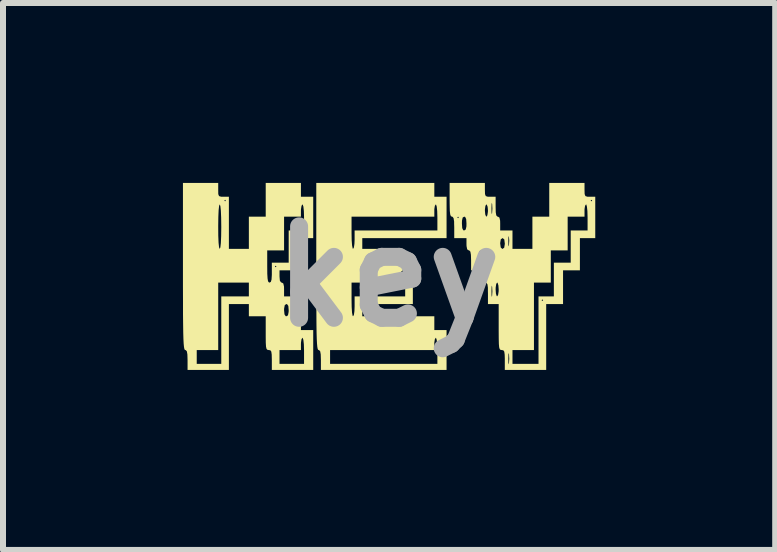
<source format=kicad_pcb>
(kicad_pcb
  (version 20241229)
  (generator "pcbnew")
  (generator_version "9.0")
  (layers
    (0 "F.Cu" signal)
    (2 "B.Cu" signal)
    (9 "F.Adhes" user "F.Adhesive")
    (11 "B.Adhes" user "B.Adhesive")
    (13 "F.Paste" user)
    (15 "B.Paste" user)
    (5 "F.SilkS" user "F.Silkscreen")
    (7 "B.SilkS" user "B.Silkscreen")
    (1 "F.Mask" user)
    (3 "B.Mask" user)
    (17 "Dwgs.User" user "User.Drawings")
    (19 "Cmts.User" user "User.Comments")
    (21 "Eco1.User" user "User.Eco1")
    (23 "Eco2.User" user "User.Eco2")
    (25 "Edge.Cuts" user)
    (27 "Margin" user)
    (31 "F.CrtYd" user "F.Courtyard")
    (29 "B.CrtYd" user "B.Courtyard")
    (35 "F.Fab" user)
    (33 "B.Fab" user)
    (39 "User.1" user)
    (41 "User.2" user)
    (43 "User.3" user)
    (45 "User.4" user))
  (footprint "key"
    (layer "F.Cu")
    (at 3.424 1.559)
    (property "Reference" "key" (at 0 0 0) (layer "F.Fab") (effects (font (size 1.524 1.524) (thickness 0.3))))
    (attr board_only exclude_from_pos_files exclude_from_bom)
    (fp_poly (pts (xy 0.767 -1.329) (xy 0.971 -1.329) (xy 0.971 -0.639) (xy -0.434 -0.639) (xy -0.434 -0.46) (xy 0.204 -0.46) (xy 0.204 -0.23) (xy 0.409 -0.23) (xy 0.409 0.46) (xy -0.434 0.46) (xy -0.434 0.664) (xy 0.767 0.664) (xy 0.767 0.894) (xy 0.971 0.894) (xy 0.971 1.559) (xy -1.124 1.559) (xy -1.124 1.393) (xy -1.127 1.299) (xy -1.136 1.248) (xy -1.154 1.228) (xy -1.163 1.227) (xy -0.971 1.227) (xy -0.971 1.457) (xy 0.818 1.457) (xy 0.818 1.239) (xy 0.815 1.134) (xy 0.807 1.059) (xy 0.795 1.024) (xy 0.792 1.022) (xy 0.776 1.045) (xy 0.767 1.101) (xy 0.767 1.124) (xy 0.767 1.227) (xy -0.971 1.227) (xy -1.163 1.227) (xy -1.171 1.222) (xy -1.178 1.205) (xy -1.184 1.172) (xy -1.189 1.119) (xy -1.193 1.042) (xy -1.196 0.937) (xy -1.198 0.801) (xy -1.199 0.63) (xy -1.2 0.42) (xy -1.201 0.166) (xy -1.201 0.102) (xy -0.613 0.102) (xy -0.613 0.383) (xy -0.611 0.51) (xy -0.605 0.603) (xy -0.595 0.655) (xy -0.588 0.664) (xy -0.574 0.641) (xy -0.565 0.579) (xy -0.562 0.498) (xy -0.562 0.332) (xy 0.281 0.332) (xy 0.281 0.115) (xy 0.279 0.006) (xy 0.273 -0.06) (xy 0.262 -0.093) (xy 0.243 -0.102) (xy 0.216 -0.085) (xy 0.205 -0.029) (xy 0.204 0) (xy 0.204 0.102) (xy -0.613 0.102) (xy -1.201 0.102) (xy -1.201 -0.134) (xy -1.201 -0.166) (xy -1.201 -0.997) (xy -0.613 -0.997) (xy -0.613 -0.728) (xy -0.611 -0.605) (xy -0.604 -0.516) (xy -0.594 -0.467) (xy -0.588 -0.46) (xy -0.574 -0.483) (xy -0.565 -0.544) (xy -0.562 -0.613) (xy -0.562 -0.767) (xy 0.818 -0.767) (xy 0.818 -0.984) (xy 0.815 -1.09) (xy 0.807 -1.164) (xy 0.795 -1.2) (xy 0.792 -1.201) (xy 0.776 -1.178) (xy 0.767 -1.122) (xy 0.767 -1.099) (xy 0.767 -0.997) (xy -0.613 -0.997) (xy -1.201 -0.997) (xy -1.201 -1.559) (xy 0.767 -1.559)) (stroke (width 0) (type solid)) (fill yes) (layer "F.SilkS"))
    (fp_poly (pts (xy -2.836 -1.444) (xy -2.835 -1.373) (xy -2.822 -1.34) (xy -2.787 -1.329) (xy -2.747 -1.329) (xy -2.658 -1.329) (xy -2.658 -0.46) (xy -2.325 -0.46) (xy -2.325 -0.997) (xy -2.044 -0.997) (xy -2.044 -1.559) (xy -1.457 -1.559) (xy -1.457 -1.329) (xy -1.252 -1.329) (xy -1.252 -0.639) (xy -1.533 -0.639) (xy -1.533 -0.102) (xy -1.814 -0.102) (xy -1.814 0) (xy -1.808 0.071) (xy -1.787 0.1) (xy -1.776 0.102) (xy -1.751 0.117) (xy -1.739 0.168) (xy -1.738 0.217) (xy -1.738 0.332) (xy -1.533 0.332) (xy -1.533 0.498) (xy -1.531 0.591) (xy -1.521 0.643) (xy -1.504 0.663) (xy -1.495 0.664) (xy -1.47 0.679) (xy -1.458 0.731) (xy -1.457 0.779) (xy -1.457 0.894) (xy -1.252 0.894) (xy -1.252 1.559) (xy -1.942 1.559) (xy -1.942 1.393) (xy -1.944 1.303) (xy -1.951 1.253) (xy -1.967 1.231) (xy -1.993 1.227) (xy -1.814 1.227) (xy -1.814 1.457) (xy -1.405 1.457) (xy -1.405 1.239) (xy -1.408 1.134) (xy -1.416 1.059) (xy -1.428 1.024) (xy -1.431 1.022) (xy -1.447 1.045) (xy -1.456 1.101) (xy -1.457 1.124) (xy -1.457 1.227) (xy -1.814 1.227) (xy -1.993 1.227) (xy -2.016 1.223) (xy -2.03 1.208) (xy -2.039 1.171) (xy -2.043 1.104) (xy -2.044 0.998) (xy -2.044 0.945) (xy -2.044 0.664) (xy -2.325 0.664) (xy -2.325 0.562) (xy -1.738 0.562) (xy -1.731 0.633) (xy -1.71 0.663) (xy -1.699 0.664) (xy -1.673 0.648) (xy -1.662 0.592) (xy -1.661 0.562) (xy -1.667 0.491) (xy -1.688 0.462) (xy -1.699 0.46) (xy -1.726 0.477) (xy -1.737 0.533) (xy -1.738 0.562) (xy -2.325 0.562) (xy -2.325 0.46) (xy -2.658 0.46) (xy -2.658 1.559) (xy -3.347 1.559) (xy -3.347 1.393) (xy -3.35 1.299) (xy -3.359 1.248) (xy -3.377 1.228) (xy -3.386 1.227) (xy -3.194 1.227) (xy -3.194 1.457) (xy -2.785 1.457) (xy -2.785 0.332) (xy -2.325 0.332) (xy -2.325 0.102) (xy -2.836 0.102) (xy -2.836 1.227) (xy -3.194 1.227) (xy -3.386 1.227) (xy -3.394 1.222) (xy -3.401 1.205) (xy -3.407 1.172) (xy -3.412 1.119) (xy -3.416 1.042) (xy -3.419 0.937) (xy -3.421 0.801) (xy -3.423 0.63) (xy -3.423 0.42) (xy -3.424 0.166) (xy -3.424 -0.134) (xy -3.424 -0.166) (xy -3.424 -0.434) (xy -2.019 -0.434) (xy -2.019 -0.166) (xy -2.018 -0.044) (xy -2.013 0.036) (xy -2.005 0.081) (xy -1.99 0.1) (xy -1.98 0.102) (xy -1.959 0.091) (xy -1.947 0.052) (xy -1.942 -0.026) (xy -1.942 -0.064) (xy -1.942 -0.166) (xy -1.891 -0.166) (xy -1.878 -0.153) (xy -1.865 -0.166) (xy -1.878 -0.179) (xy -1.891 -0.166) (xy -1.942 -0.166) (xy -1.942 -0.23) (xy -1.661 -0.23) (xy -1.661 -0.703) (xy -1.61 -0.703) (xy -1.597 -0.69) (xy -1.584 -0.703) (xy -1.597 -0.715) (xy -1.61 -0.703) (xy -1.661 -0.703) (xy -1.661 -0.767) (xy -1.405 -0.767) (xy -1.405 -0.984) (xy -1.408 -1.09) (xy -1.416 -1.164) (xy -1.428 -1.2) (xy -1.431 -1.201) (xy -1.447 -1.178) (xy -1.456 -1.122) (xy -1.457 -1.099) (xy -1.457 -0.997) (xy -1.738 -0.997) (xy -1.738 -0.434) (xy -2.019 -0.434) (xy -3.424 -0.434) (xy -3.424 -0.83) (xy -2.836 -0.83) (xy -2.835 -0.678) (xy -2.83 -0.562) (xy -2.822 -0.488) (xy -2.812 -0.46) (xy -2.811 -0.46) (xy -2.8 -0.485) (xy -2.792 -0.556) (xy -2.787 -0.669) (xy -2.785 -0.82) (xy -2.785 -0.83) (xy -2.787 -0.983) (xy -2.792 -1.099) (xy -2.8 -1.173) (xy -2.81 -1.201) (xy -2.811 -1.201) (xy -2.821 -1.176) (xy -2.829 -1.105) (xy -2.834 -0.992) (xy -2.836 -0.841) (xy -2.836 -0.83) (xy -3.424 -0.83) (xy -3.424 -1.265) (xy -2.734 -1.265) (xy -2.721 -1.252) (xy -2.709 -1.265) (xy -2.721 -1.278) (xy -2.734 -1.265) (xy -3.424 -1.265) (xy -3.424 -1.559) (xy -2.836 -1.559)) (stroke (width 0) (type solid)) (fill yes) (layer "F.SilkS"))
    (fp_poly (pts (xy 1.61 -1.444) (xy 1.612 -1.373) (xy 1.625 -1.34) (xy 1.659 -1.329) (xy 1.699 -1.329) (xy 1.789 -1.329) (xy 1.789 -1.163) (xy 1.791 -1.07) (xy 1.8 -1.018) (xy 1.818 -0.998) (xy 1.827 -0.997) (xy 1.852 -0.982) (xy 1.864 -0.93) (xy 1.865 -0.882) (xy 1.865 -0.767) (xy 2.07 -0.767) (xy 2.07 -0.46) (xy 2.402 -0.46) (xy 2.402 -0.997) (xy 2.683 -0.997) (xy 2.683 -1.265) (xy 3.373 -1.265) (xy 3.386 -1.252) (xy 3.399 -1.265) (xy 3.386 -1.278) (xy 3.373 -1.265) (xy 2.683 -1.265) (xy 2.683 -1.559) (xy 3.271 -1.559) (xy 3.271 -1.444) (xy 3.273 -1.373) (xy 3.286 -1.34) (xy 3.32 -1.329) (xy 3.36 -1.329) (xy 3.45 -1.329) (xy 3.45 -0.639) (xy 3.194 -0.639) (xy 3.194 -0.102) (xy 2.913 -0.102) (xy 2.913 0.46) (xy 2.632 0.46) (xy 2.632 1.559) (xy 1.942 1.559) (xy 1.942 1.393) (xy 1.942 1.367) (xy 2.001 1.367) (xy 2.002 1.435) (xy 2.006 1.465) (xy 2.011 1.451) (xy 2.016 1.373) (xy 2.012 1.297) (xy 2.006 1.276) (xy 2.003 1.301) (xy 2.001 1.366) (xy 2.001 1.367) (xy 1.942 1.367) (xy 1.94 1.303) (xy 1.933 1.253) (xy 1.917 1.231) (xy 1.891 1.227) (xy 2.07 1.227) (xy 2.07 1.457) (xy 2.504 1.457) (xy 2.504 0.396) (xy 2.555 0.396) (xy 2.568 0.409) (xy 2.581 0.396) (xy 2.568 0.383) (xy 2.555 0.396) (xy 2.504 0.396) (xy 2.504 0.332) (xy 2.76 0.332) (xy 2.76 -0.23) (xy 3.041 -0.23) (xy 3.041 -0.767) (xy 3.322 -0.767) (xy 3.322 -0.984) (xy 3.319 -1.09) (xy 3.311 -1.164) (xy 3.3 -1.2) (xy 3.296 -1.201) (xy 3.28 -1.178) (xy 3.271 -1.122) (xy 3.271 -1.099) (xy 3.271 -0.997) (xy 2.99 -0.997) (xy 2.99 -0.434) (xy 2.709 -0.434) (xy 2.709 0.102) (xy 2.428 0.102) (xy 2.428 1.227) (xy 2.07 1.227) (xy 1.891 1.227) (xy 1.871 1.224) (xy 1.857 1.211) (xy 1.848 1.181) (xy 1.843 1.126) (xy 1.841 1.037) (xy 1.84 0.908) (xy 1.84 0.843) (xy 1.84 0.46) (xy 1.661 0.46) (xy 1.661 0.281) (xy 1.66 0.243) (xy 1.72 0.243) (xy 1.721 0.311) (xy 1.725 0.34) (xy 1.73 0.326) (xy 1.735 0.249) (xy 1.733 0.217) (xy 1.789 0.217) (xy 1.794 0.286) (xy 1.807 0.327) (xy 1.814 0.332) (xy 1.83 0.309) (xy 1.839 0.252) (xy 1.84 0.217) (xy 1.835 0.149) (xy 1.822 0.107) (xy 1.814 0.102) (xy 1.799 0.125) (xy 1.79 0.183) (xy 1.789 0.217) (xy 1.733 0.217) (xy 1.731 0.173) (xy 1.725 0.152) (xy 1.722 0.177) (xy 1.72 0.242) (xy 1.72 0.243) (xy 1.66 0.243) (xy 1.66 0.187) (xy 1.653 0.133) (xy 1.639 0.109) (xy 1.614 0.102) (xy 1.61 0.102) (xy 1.576 0.094) (xy 1.562 0.059) (xy 1.559 0) (xy 1.556 -0.065) (xy 1.539 -0.095) (xy 1.496 -0.102) (xy 1.469 -0.102) (xy 1.38 -0.102) (xy 1.38 -0.268) (xy 1.378 -0.332) (xy 1.508 -0.332) (xy 1.513 -0.268) (xy 1.527 -0.233) (xy 1.533 -0.23) (xy 1.549 -0.253) (xy 1.558 -0.309) (xy 1.559 -0.332) (xy 1.553 -0.396) (xy 1.539 -0.432) (xy 1.533 -0.434) (xy 1.517 -0.412) (xy 1.508 -0.355) (xy 1.508 -0.332) (xy 1.378 -0.332) (xy 1.377 -0.361) (xy 1.368 -0.413) (xy 1.35 -0.433) (xy 1.342 -0.434) (xy 1.315 -0.451) (xy 1.304 -0.507) (xy 1.303 -0.537) (xy 1.303 -0.549) (xy 1.865 -0.549) (xy 1.874 -0.483) (xy 1.9 -0.46) (xy 1.904 -0.46) (xy 1.932 -0.479) (xy 1.942 -0.541) (xy 1.942 -0.549) (xy 1.937 -0.588) (xy 2.001 -0.588) (xy 2.002 -0.525) (xy 2.007 -0.501) (xy 2.011 -0.517) (xy 2.016 -0.6) (xy 2.011 -0.658) (xy 2.006 -0.674) (xy 2.002 -0.645) (xy 2.001 -0.588) (xy 1.937 -0.588) (xy 1.934 -0.616) (xy 1.907 -0.639) (xy 1.904 -0.639) (xy 1.875 -0.619) (xy 1.865 -0.558) (xy 1.865 -0.549) (xy 1.303 -0.549) (xy 1.303 -0.639) (xy 1.099 -0.639) (xy 1.099 -0.818) (xy 1.097 -0.882) (xy 1.227 -0.882) (xy 1.232 -0.806) (xy 1.249 -0.771) (xy 1.265 -0.767) (xy 1.29 -0.782) (xy 1.302 -0.833) (xy 1.303 -0.882) (xy 1.298 -0.957) (xy 1.281 -0.992) (xy 1.265 -0.997) (xy 1.24 -0.982) (xy 1.228 -0.93) (xy 1.227 -0.882) (xy 1.097 -0.882) (xy 1.097 -0.915) (xy 1.088 -0.971) (xy 1.079 -0.984) (xy 1.15 -0.984) (xy 1.163 -0.971) (xy 1.175 -0.984) (xy 1.163 -0.997) (xy 1.15 -0.984) (xy 1.079 -0.984) (xy 1.072 -0.994) (xy 1.06 -0.997) (xy 1.043 -1.005) (xy 1.032 -1.034) (xy 1.025 -1.093) (xy 1.025 -1.099) (xy 1.61 -1.099) (xy 1.616 -1.035) (xy 1.63 -0.999) (xy 1.635 -0.997) (xy 1.651 -1.019) (xy 1.66 -1.076) (xy 1.661 -1.099) (xy 1.658 -1.137) (xy 1.72 -1.137) (xy 1.721 -1.069) (xy 1.725 -1.039) (xy 1.73 -1.054) (xy 1.735 -1.131) (xy 1.731 -1.207) (xy 1.725 -1.228) (xy 1.722 -1.203) (xy 1.72 -1.138) (xy 1.72 -1.137) (xy 1.658 -1.137) (xy 1.655 -1.163) (xy 1.641 -1.198) (xy 1.635 -1.201) (xy 1.619 -1.178) (xy 1.611 -1.122) (xy 1.61 -1.099) (xy 1.025 -1.099) (xy 1.023 -1.19) (xy 1.022 -1.278) (xy 1.022 -1.559) (xy 1.61 -1.559)) (stroke (width 0) (type solid)) (fill yes) (layer "F.SilkS")))
  (gr_rect
    (start -3 -3)
    (end 9.874 6.118)
    (stroke (width 0.1) (type default))
    (fill no)
    (layer "Edge.Cuts")))
</source>
